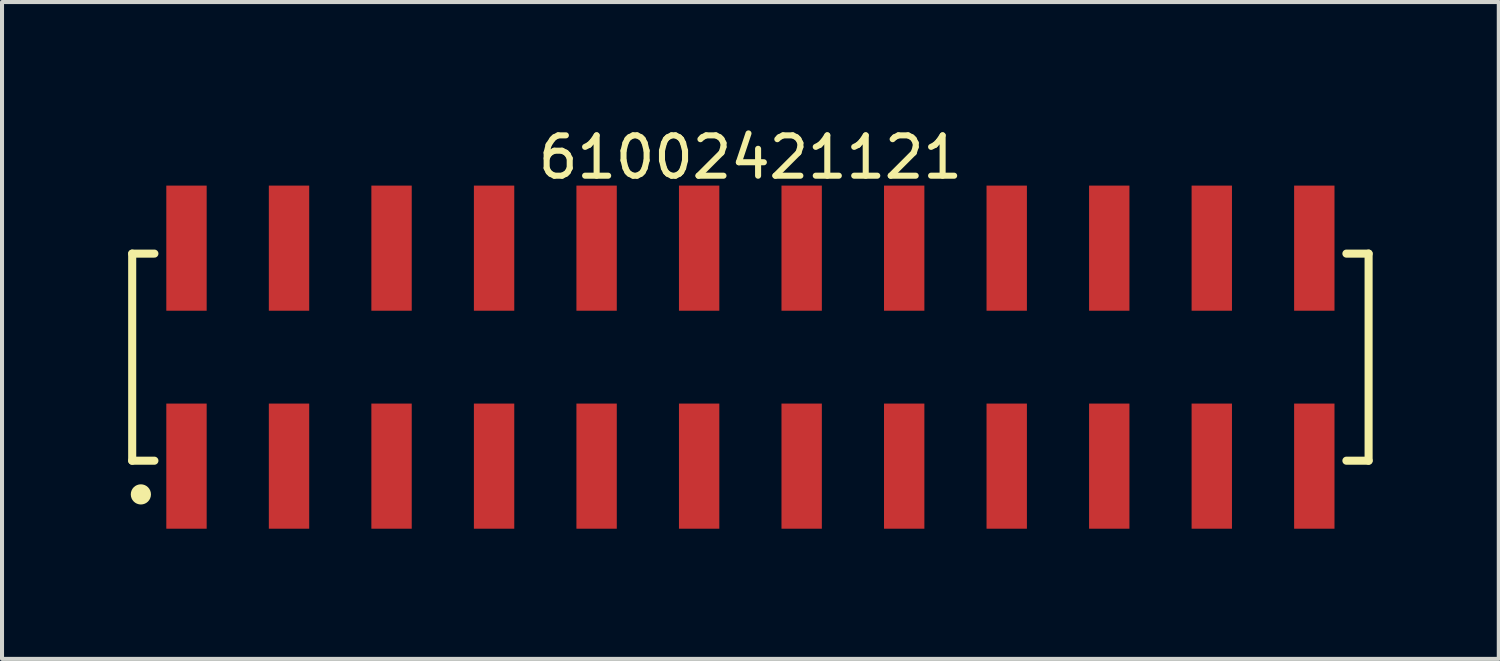
<source format=kicad_pcb>
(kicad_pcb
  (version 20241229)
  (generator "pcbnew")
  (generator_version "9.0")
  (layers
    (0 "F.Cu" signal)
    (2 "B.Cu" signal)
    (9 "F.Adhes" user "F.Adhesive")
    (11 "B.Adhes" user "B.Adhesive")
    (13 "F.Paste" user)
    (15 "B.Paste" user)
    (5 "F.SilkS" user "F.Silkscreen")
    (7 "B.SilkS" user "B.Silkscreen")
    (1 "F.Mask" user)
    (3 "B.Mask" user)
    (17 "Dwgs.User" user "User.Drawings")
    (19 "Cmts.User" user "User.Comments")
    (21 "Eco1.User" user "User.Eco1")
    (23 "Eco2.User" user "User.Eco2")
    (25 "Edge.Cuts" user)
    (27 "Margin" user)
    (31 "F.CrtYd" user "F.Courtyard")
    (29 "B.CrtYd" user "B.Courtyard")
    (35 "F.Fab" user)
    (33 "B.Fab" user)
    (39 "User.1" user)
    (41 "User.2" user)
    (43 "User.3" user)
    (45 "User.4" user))
  (footprint "61002421121"
    (layer "F.Cu")
    (at 15.54 5.798)
    (property "Reference" "61002421121" (at 0 -4.95 0) (layer "F.SilkS") (effects (font (size 1 1) (thickness 0.15))))
    (fp_line (start -15.315 -2.565) (end -14.765 -2.565) (stroke (width 0.2) (type solid)) (layer "F.SilkS"))
    (fp_line (start -15.315 2.565) (end -15.315 -2.565) (stroke (width 0.2) (type solid)) (layer "F.SilkS"))
    (fp_line (start -15.315 2.565) (end -14.765 2.565) (stroke (width 0.2) (type solid)) (layer "F.SilkS"))
    (fp_line (start 14.765 -2.565) (end 15.315 -2.565) (stroke (width 0.2) (type solid)) (layer "F.SilkS"))
    (fp_line (start 14.765 2.565) (end 15.315 2.565) (stroke (width 0.2) (type solid)) (layer "F.SilkS"))
    (fp_line (start 15.315 2.565) (end 15.315 -2.565) (stroke (width 0.2) (type solid)) (layer "F.SilkS"))
    (fp_circle (center -15.1 3.4) (end -15.1 3.275) (stroke (width 0.25) (type solid)) (fill no) (layer "F.SilkS"))
    (fp_line (start -15.515 -4.45) (end 15.515 -4.45) (stroke (width 0.05) (type solid)) (layer "Eco2.User"))
    (fp_line (start -15.515 4.45) (end -15.515 -4.45) (stroke (width 0.05) (type solid)) (layer "Eco2.User"))
    (fp_line (start -15.515 4.45) (end 15.515 4.45) (stroke (width 0.05) (type solid)) (layer "Eco2.User"))
    (fp_line (start -15.24 -2.54) (end 15.24 -2.54) (stroke (width 0.1) (type solid)) (layer "Eco2.User"))
    (fp_line (start -15.24 2.54) (end -15.24 -2.54) (stroke (width 0.1) (type solid)) (layer "Eco2.User"))
    (fp_line (start -15.24 2.54) (end 15.24 2.54) (stroke (width 0.1) (type solid)) (layer "Eco2.User"))
    (fp_line (start -14.29 -3.75) (end -13.65 -3.75) (stroke (width 0.1) (type solid)) (layer "Eco2.User"))
    (fp_line (start -14.29 -2.54) (end -14.29 -3.75) (stroke (width 0.1) (type solid)) (layer "Eco2.User"))
    (fp_line (start -14.29 3.75) (end -14.29 2.54) (stroke (width 0.1) (type solid)) (layer "Eco2.User"))
    (fp_line (start -14.29 3.75) (end -13.65 3.75) (stroke (width 0.1) (type solid)) (layer "Eco2.User"))
    (fp_line (start -13.65 -2.54) (end -13.65 -3.75) (stroke (width 0.1) (type solid)) (layer "Eco2.User"))
    (fp_line (start -13.65 3.75) (end -13.65 2.54) (stroke (width 0.1) (type solid)) (layer "Eco2.User"))
    (fp_line (start -11.75 -3.75) (end -11.11 -3.75) (stroke (width 0.1) (type solid)) (layer "Eco2.User"))
    (fp_line (start -11.75 -2.54) (end -11.75 -3.75) (stroke (width 0.1) (type solid)) (layer "Eco2.User"))
    (fp_line (start -11.75 3.75) (end -11.75 2.54) (stroke (width 0.1) (type solid)) (layer "Eco2.User"))
    (fp_line (start -11.75 3.75) (end -11.11 3.75) (stroke (width 0.1) (type solid)) (layer "Eco2.User"))
    (fp_line (start -11.11 -2.54) (end -11.11 -3.75) (stroke (width 0.1) (type solid)) (layer "Eco2.User"))
    (fp_line (start -11.11 3.75) (end -11.11 2.54) (stroke (width 0.1) (type solid)) (layer "Eco2.User"))
    (fp_line (start -9.21 -3.75) (end -8.57 -3.75) (stroke (width 0.1) (type solid)) (layer "Eco2.User"))
    (fp_line (start -9.21 -2.54) (end -9.21 -3.75) (stroke (width 0.1) (type solid)) (layer "Eco2.User"))
    (fp_line (start -9.21 3.75) (end -9.21 2.54) (stroke (width 0.1) (type solid)) (layer "Eco2.User"))
    (fp_line (start -9.21 3.75) (end -8.57 3.75) (stroke (width 0.1) (type solid)) (layer "Eco2.User"))
    (fp_line (start -8.57 -2.54) (end -8.57 -3.75) (stroke (width 0.1) (type solid)) (layer "Eco2.User"))
    (fp_line (start -8.57 3.75) (end -8.57 2.54) (stroke (width 0.1) (type solid)) (layer "Eco2.User"))
    (fp_line (start -6.67 -3.75) (end -6.03 -3.75) (stroke (width 0.1) (type solid)) (layer "Eco2.User"))
    (fp_line (start -6.67 -2.54) (end -6.67 -3.75) (stroke (width 0.1) (type solid)) (layer "Eco2.User"))
    (fp_line (start -6.67 3.75) (end -6.67 2.54) (stroke (width 0.1) (type solid)) (layer "Eco2.User"))
    (fp_line (start -6.67 3.75) (end -6.03 3.75) (stroke (width 0.1) (type solid)) (layer "Eco2.User"))
    (fp_line (start -6.03 -2.54) (end -6.03 -3.75) (stroke (width 0.1) (type solid)) (layer "Eco2.User"))
    (fp_line (start -6.03 3.75) (end -6.03 2.54) (stroke (width 0.1) (type solid)) (layer "Eco2.User"))
    (fp_line (start -4.13 -3.75) (end -3.49 -3.75) (stroke (width 0.1) (type solid)) (layer "Eco2.User"))
    (fp_line (start -4.13 -2.54) (end -4.13 -3.75) (stroke (width 0.1) (type solid)) (layer "Eco2.User"))
    (fp_line (start -4.13 3.75) (end -4.13 2.54) (stroke (width 0.1) (type solid)) (layer "Eco2.User"))
    (fp_line (start -4.13 3.75) (end -3.49 3.75) (stroke (width 0.1) (type solid)) (layer "Eco2.User"))
    (fp_line (start -3.49 -2.54) (end -3.49 -3.75) (stroke (width 0.1) (type solid)) (layer "Eco2.User"))
    (fp_line (start -3.49 3.75) (end -3.49 2.54) (stroke (width 0.1) (type solid)) (layer "Eco2.User"))
    (fp_line (start -1.59 -3.75) (end -0.95 -3.75) (stroke (width 0.1) (type solid)) (layer "Eco2.User"))
    (fp_line (start -1.59 -2.54) (end -1.59 -3.75) (stroke (width 0.1) (type solid)) (layer "Eco2.User"))
    (fp_line (start -1.59 3.75) (end -1.59 2.54) (stroke (width 0.1) (type solid)) (layer "Eco2.User"))
    (fp_line (start -1.59 3.75) (end -0.95 3.75) (stroke (width 0.1) (type solid)) (layer "Eco2.User"))
    (fp_line (start -0.95 -2.54) (end -0.95 -3.75) (stroke (width 0.1) (type solid)) (layer "Eco2.User"))
    (fp_line (start -0.95 3.75) (end -0.95 2.54) (stroke (width 0.1) (type solid)) (layer "Eco2.User"))
    (fp_line (start -0.5 0) (end 0.5 0) (stroke (width 0.05) (type solid)) (layer "Eco2.User"))
    (fp_line (start 0 0.5) (end 0 -0.5) (stroke (width 0.05) (type solid)) (layer "Eco2.User"))
    (fp_line (start 0.95 -3.75) (end 1.59 -3.75) (stroke (width 0.1) (type solid)) (layer "Eco2.User"))
    (fp_line (start 0.95 -2.54) (end 0.95 -3.75) (stroke (width 0.1) (type solid)) (layer "Eco2.User"))
    (fp_line (start 0.95 3.75) (end 0.95 2.54) (stroke (width 0.1) (type solid)) (layer "Eco2.User"))
    (fp_line (start 0.95 3.75) (end 1.59 3.75) (stroke (width 0.1) (type solid)) (layer "Eco2.User"))
    (fp_line (start 1.59 -2.54) (end 1.59 -3.75) (stroke (width 0.1) (type solid)) (layer "Eco2.User"))
    (fp_line (start 1.59 3.75) (end 1.59 2.54) (stroke (width 0.1) (type solid)) (layer "Eco2.User"))
    (fp_line (start 3.49 -3.75) (end 4.13 -3.75) (stroke (width 0.1) (type solid)) (layer "Eco2.User"))
    (fp_line (start 3.49 -2.54) (end 3.49 -3.75) (stroke (width 0.1) (type solid)) (layer "Eco2.User"))
    (fp_line (start 3.49 3.75) (end 3.49 2.54) (stroke (width 0.1) (type solid)) (layer "Eco2.User"))
    (fp_line (start 3.49 3.75) (end 4.13 3.75) (stroke (width 0.1) (type solid)) (layer "Eco2.User"))
    (fp_line (start 4.13 -2.54) (end 4.13 -3.75) (stroke (width 0.1) (type solid)) (layer "Eco2.User"))
    (fp_line (start 4.13 3.75) (end 4.13 2.54) (stroke (width 0.1) (type solid)) (layer "Eco2.User"))
    (fp_line (start 6.03 -3.75) (end 6.67 -3.75) (stroke (width 0.1) (type solid)) (layer "Eco2.User"))
    (fp_line (start 6.03 -2.54) (end 6.03 -3.75) (stroke (width 0.1) (type solid)) (layer "Eco2.User"))
    (fp_line (start 6.03 3.75) (end 6.03 2.54) (stroke (width 0.1) (type solid)) (layer "Eco2.User"))
    (fp_line (start 6.03 3.75) (end 6.67 3.75) (stroke (width 0.1) (type solid)) (layer "Eco2.User"))
    (fp_line (start 6.67 -2.54) (end 6.67 -3.75) (stroke (width 0.1) (type solid)) (layer "Eco2.User"))
    (fp_line (start 6.67 3.75) (end 6.67 2.54) (stroke (width 0.1) (type solid)) (layer "Eco2.User"))
    (fp_line (start 8.57 -3.75) (end 9.21 -3.75) (stroke (width 0.1) (type solid)) (layer "Eco2.User"))
    (fp_line (start 8.57 -2.54) (end 8.57 -3.75) (stroke (width 0.1) (type solid)) (layer "Eco2.User"))
    (fp_line (start 8.57 3.75) (end 8.57 2.54) (stroke (width 0.1) (type solid)) (layer "Eco2.User"))
    (fp_line (start 8.57 3.75) (end 9.21 3.75) (stroke (width 0.1) (type solid)) (layer "Eco2.User"))
    (fp_line (start 9.21 -2.54) (end 9.21 -3.75) (stroke (width 0.1) (type solid)) (layer "Eco2.User"))
    (fp_line (start 9.21 3.75) (end 9.21 2.54) (stroke (width 0.1) (type solid)) (layer "Eco2.User"))
    (fp_line (start 11.11 -3.75) (end 11.75 -3.75) (stroke (width 0.1) (type solid)) (layer "Eco2.User"))
    (fp_line (start 11.11 -2.54) (end 11.11 -3.75) (stroke (width 0.1) (type solid)) (layer "Eco2.User"))
    (fp_line (start 11.11 3.75) (end 11.11 2.54) (stroke (width 0.1) (type solid)) (layer "Eco2.User"))
    (fp_line (start 11.11 3.75) (end 11.75 3.75) (stroke (width 0.1) (type solid)) (layer "Eco2.User"))
    (fp_line (start 11.75 -2.54) (end 11.75 -3.75) (stroke (width 0.1) (type solid)) (layer "Eco2.User"))
    (fp_line (start 11.75 3.75) (end 11.75 2.54) (stroke (width 0.1) (type solid)) (layer "Eco2.User"))
    (fp_line (start 13.65 -3.75) (end 14.29 -3.75) (stroke (width 0.1) (type solid)) (layer "Eco2.User"))
    (fp_line (start 13.65 -2.54) (end 13.65 -3.75) (stroke (width 0.1) (type solid)) (layer "Eco2.User"))
    (fp_line (start 13.65 3.75) (end 13.65 2.54) (stroke (width 0.1) (type solid)) (layer "Eco2.User"))
    (fp_line (start 13.65 3.75) (end 14.29 3.75) (stroke (width 0.1) (type solid)) (layer "Eco2.User"))
    (fp_line (start 14.29 -2.54) (end 14.29 -3.75) (stroke (width 0.1) (type solid)) (layer "Eco2.User"))
    (fp_line (start 14.29 3.75) (end 14.29 2.54) (stroke (width 0.1) (type solid)) (layer "Eco2.User"))
    (fp_line (start 15.24 2.54) (end 15.24 -2.54) (stroke (width 0.1) (type solid)) (layer "Eco2.User"))
    (fp_line (start 15.515 4.45) (end 15.515 -4.45) (stroke (width 0.05) (type solid)) (layer "Eco2.User"))
    (fp_text user "${REFERENCE}" (at 0.15 -0.197 0) (unlocked yes) (layer "User.3") (effects (font (size 1.5 1.5) (thickness 0.15))))
    (pad "1" smd rect (at -13.97 2.7) (size 1 3.1) (layers "F.Cu" "F.Mask" "F.Paste"))
    (pad "2" smd rect (at -13.97 -2.7) (size 1 3.1) (layers "F.Cu" "F.Mask" "F.Paste"))
    (pad "3" smd rect (at -11.43 2.7) (size 1 3.1) (layers "F.Cu" "F.Mask" "F.Paste"))
    (pad "4" smd rect (at -11.43 -2.7) (size 1 3.1) (layers "F.Cu" "F.Mask" "F.Paste"))
    (pad "5" smd rect (at -8.89 2.7) (size 1 3.1) (layers "F.Cu" "F.Mask" "F.Paste"))
    (pad "6" smd rect (at -8.89 -2.7) (size 1 3.1) (layers "F.Cu" "F.Mask" "F.Paste"))
    (pad "7" smd rect (at -6.35 2.7) (size 1 3.1) (layers "F.Cu" "F.Mask" "F.Paste"))
    (pad "8" smd rect (at -6.35 -2.7) (size 1 3.1) (layers "F.Cu" "F.Mask" "F.Paste"))
    (pad "9" smd rect (at -3.81 2.7) (size 1 3.1) (layers "F.Cu" "F.Mask" "F.Paste"))
    (pad "10" smd rect (at -3.81 -2.7) (size 1 3.1) (layers "F.Cu" "F.Mask" "F.Paste"))
    (pad "11" smd rect (at -1.27 2.7) (size 1 3.1) (layers "F.Cu" "F.Mask" "F.Paste"))
    (pad "12" smd rect (at -1.27 -2.7) (size 1 3.1) (layers "F.Cu" "F.Mask" "F.Paste"))
    (pad "13" smd rect (at 1.27 2.7) (size 1 3.1) (layers "F.Cu" "F.Mask" "F.Paste"))
    (pad "14" smd rect (at 1.27 -2.7) (size 1 3.1) (layers "F.Cu" "F.Mask" "F.Paste"))
    (pad "15" smd rect (at 3.81 2.7) (size 1 3.1) (layers "F.Cu" "F.Mask" "F.Paste"))
    (pad "16" smd rect (at 3.81 -2.7) (size 1 3.1) (layers "F.Cu" "F.Mask" "F.Paste"))
    (pad "17" smd rect (at 6.35 2.7) (size 1 3.1) (layers "F.Cu" "F.Mask" "F.Paste"))
    (pad "18" smd rect (at 6.35 -2.7) (size 1 3.1) (layers "F.Cu" "F.Mask" "F.Paste"))
    (pad "19" smd rect (at 8.89 2.7) (size 1 3.1) (layers "F.Cu" "F.Mask" "F.Paste"))
    (pad "20" smd rect (at 8.89 -2.7) (size 1 3.1) (layers "F.Cu" "F.Mask" "F.Paste"))
    (pad "21" smd rect (at 11.43 2.7) (size 1 3.1) (layers "F.Cu" "F.Mask" "F.Paste"))
    (pad "22" smd rect (at 11.43 -2.7) (size 1 3.1) (layers "F.Cu" "F.Mask" "F.Paste"))
    (pad "23" smd rect (at 13.97 2.7) (size 1 3.1) (layers "F.Cu" "F.Mask" "F.Paste"))
    (pad "24" smd rect (at 13.97 -2.7) (size 1 3.1) (layers "F.Cu" "F.Mask" "F.Paste")))
  (gr_rect
    (start -3 -3)
    (end 34.08 13.273)
    (stroke (width 0.1) (type default))
    (fill no)
    (layer "Edge.Cuts")))
</source>
